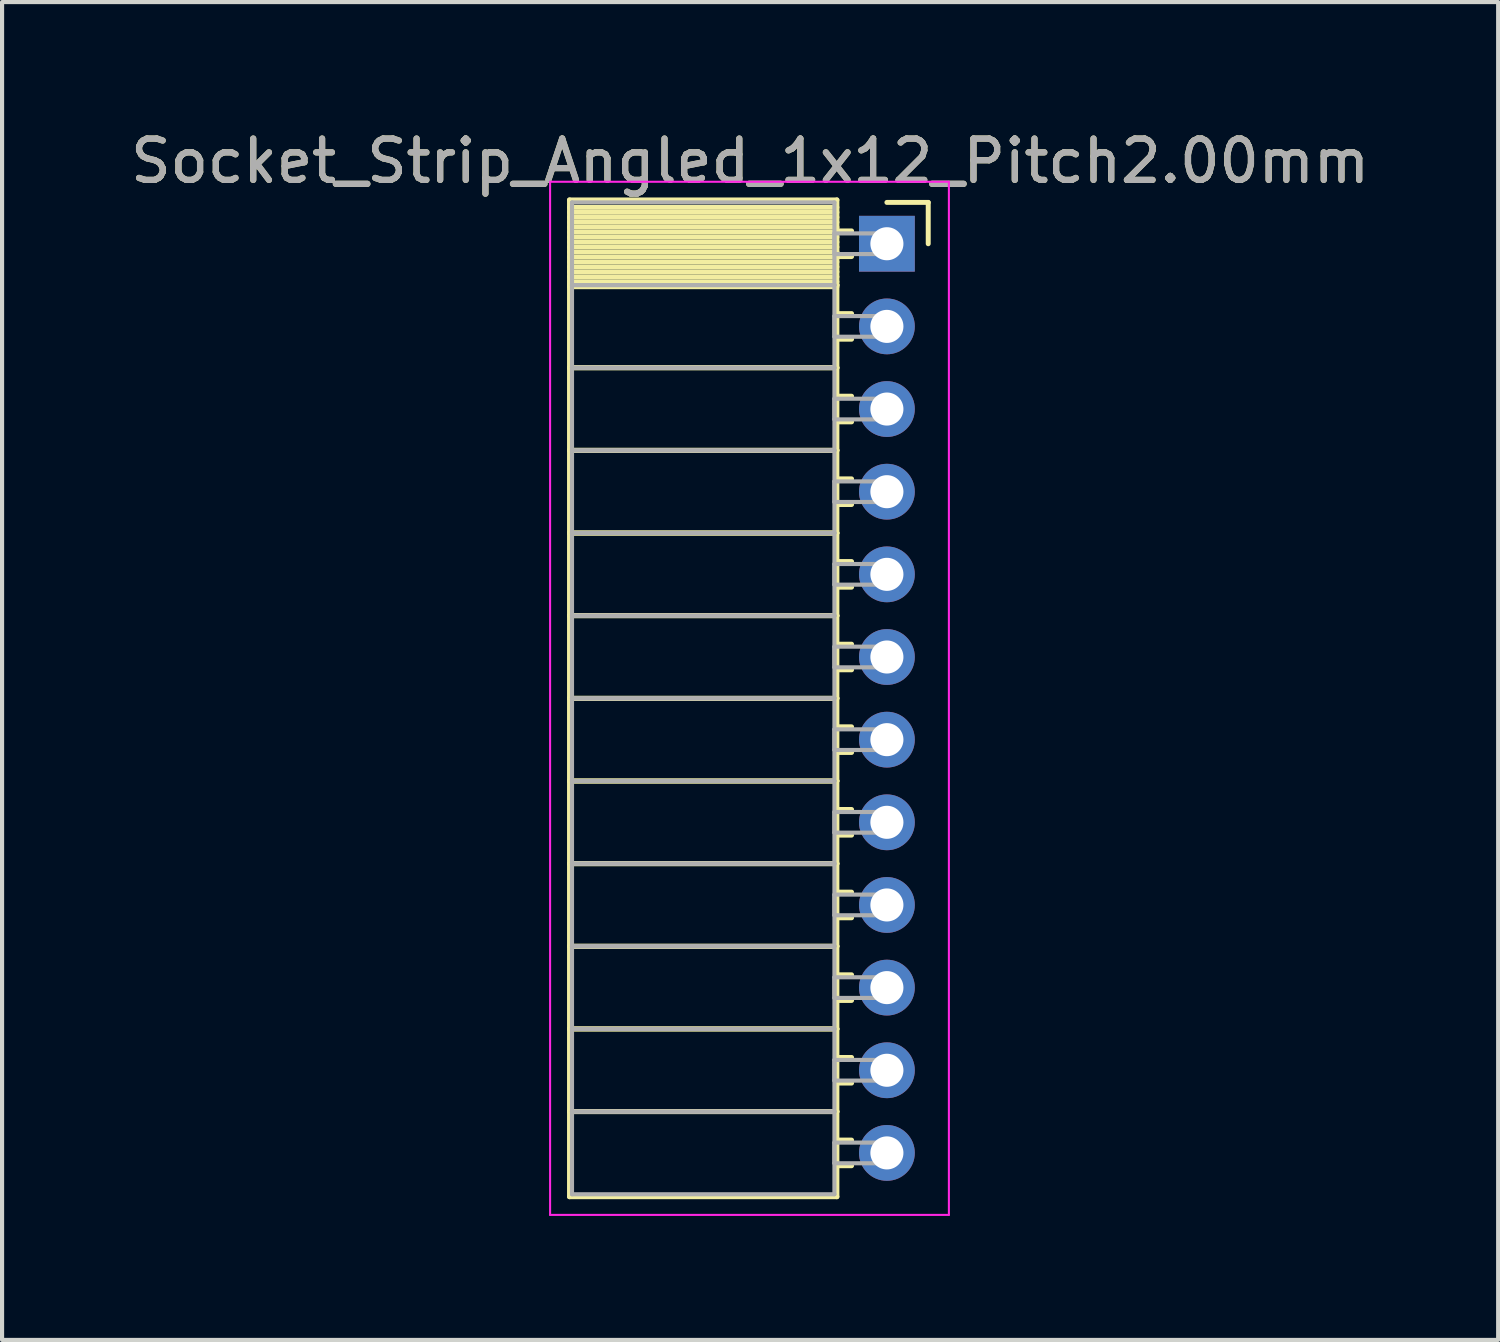
<source format=kicad_pcb>
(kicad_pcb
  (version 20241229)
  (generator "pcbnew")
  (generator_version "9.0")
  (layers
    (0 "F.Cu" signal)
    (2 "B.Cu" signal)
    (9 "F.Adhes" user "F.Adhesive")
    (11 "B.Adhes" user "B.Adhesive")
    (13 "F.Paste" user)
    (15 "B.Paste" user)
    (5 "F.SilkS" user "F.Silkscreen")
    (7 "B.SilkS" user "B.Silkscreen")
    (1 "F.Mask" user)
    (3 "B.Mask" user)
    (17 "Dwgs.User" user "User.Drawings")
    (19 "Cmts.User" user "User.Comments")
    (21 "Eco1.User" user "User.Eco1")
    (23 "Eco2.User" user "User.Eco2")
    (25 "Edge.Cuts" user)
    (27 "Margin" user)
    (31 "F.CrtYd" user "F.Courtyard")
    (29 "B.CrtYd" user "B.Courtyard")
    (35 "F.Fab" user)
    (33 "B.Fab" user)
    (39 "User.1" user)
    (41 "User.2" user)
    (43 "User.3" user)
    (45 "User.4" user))
  (footprint "Socket_Strip_Angled_1x12_Pitch2.00mm"
    (layer "F.Cu")
    (at 18.411 2.848)
    (property "Reference" "Socket_Strip_Angled_1x12_Pitch2.00mm" (at -3.31 -2 0) (layer "F.SilkS") (effects (font (size 1 1) (thickness 0.15))))
    (attr through_hole)
    (fp_line (start -7.68 -1.06) (end -1.21 -1.06) (stroke (width 0.12) (type solid)) (layer "F.SilkS"))
    (fp_line (start -7.68 1) (end -7.68 -1.06) (stroke (width 0.12) (type solid)) (layer "F.SilkS"))
    (fp_line (start -7.68 1) (end -1.21 1) (stroke (width 0.12) (type solid)) (layer "F.SilkS"))
    (fp_line (start -7.68 3) (end -7.68 1) (stroke (width 0.12) (type solid)) (layer "F.SilkS"))
    (fp_line (start -7.68 3) (end -1.21 3) (stroke (width 0.12) (type solid)) (layer "F.SilkS"))
    (fp_line (start -7.68 5) (end -7.68 3) (stroke (width 0.12) (type solid)) (layer "F.SilkS"))
    (fp_line (start -7.68 5) (end -1.21 5) (stroke (width 0.12) (type solid)) (layer "F.SilkS"))
    (fp_line (start -7.68 7) (end -7.68 5) (stroke (width 0.12) (type solid)) (layer "F.SilkS"))
    (fp_line (start -7.68 7) (end -1.21 7) (stroke (width 0.12) (type solid)) (layer "F.SilkS"))
    (fp_line (start -7.68 9) (end -7.68 7) (stroke (width 0.12) (type solid)) (layer "F.SilkS"))
    (fp_line (start -7.68 9) (end -1.21 9) (stroke (width 0.12) (type solid)) (layer "F.SilkS"))
    (fp_line (start -7.68 11) (end -7.68 9) (stroke (width 0.12) (type solid)) (layer "F.SilkS"))
    (fp_line (start -7.68 11) (end -1.21 11) (stroke (width 0.12) (type solid)) (layer "F.SilkS"))
    (fp_line (start -7.68 13) (end -7.68 11) (stroke (width 0.12) (type solid)) (layer "F.SilkS"))
    (fp_line (start -7.68 13) (end -1.21 13) (stroke (width 0.12) (type solid)) (layer "F.SilkS"))
    (fp_line (start -7.68 15) (end -7.68 13) (stroke (width 0.12) (type solid)) (layer "F.SilkS"))
    (fp_line (start -7.68 15) (end -1.21 15) (stroke (width 0.12) (type solid)) (layer "F.SilkS"))
    (fp_line (start -7.68 17) (end -7.68 15) (stroke (width 0.12) (type solid)) (layer "F.SilkS"))
    (fp_line (start -7.68 17) (end -1.21 17) (stroke (width 0.12) (type solid)) (layer "F.SilkS"))
    (fp_line (start -7.68 19) (end -7.68 17) (stroke (width 0.12) (type solid)) (layer "F.SilkS"))
    (fp_line (start -7.68 19) (end -1.21 19) (stroke (width 0.12) (type solid)) (layer "F.SilkS"))
    (fp_line (start -7.68 21) (end -7.68 19) (stroke (width 0.12) (type solid)) (layer "F.SilkS"))
    (fp_line (start -7.68 21) (end -1.21 21) (stroke (width 0.12) (type solid)) (layer "F.SilkS"))
    (fp_line (start -7.68 23.06) (end -7.68 21) (stroke (width 0.12) (type solid)) (layer "F.SilkS"))
    (fp_line (start -1.21 -1.06) (end -1.21 1) (stroke (width 0.12) (type solid)) (layer "F.SilkS"))
    (fp_line (start -1.21 -0.88) (end -7.68 -0.88) (stroke (width 0.12) (type solid)) (layer "F.SilkS"))
    (fp_line (start -1.21 -0.76) (end -7.68 -0.76) (stroke (width 0.12) (type solid)) (layer "F.SilkS"))
    (fp_line (start -1.21 -0.64) (end -7.68 -0.64) (stroke (width 0.12) (type solid)) (layer "F.SilkS"))
    (fp_line (start -1.21 -0.52) (end -7.68 -0.52) (stroke (width 0.12) (type solid)) (layer "F.SilkS"))
    (fp_line (start -1.21 -0.4) (end -7.68 -0.4) (stroke (width 0.12) (type solid)) (layer "F.SilkS"))
    (fp_line (start -1.21 -0.28) (end -7.68 -0.28) (stroke (width 0.12) (type solid)) (layer "F.SilkS"))
    (fp_line (start -1.21 -0.16) (end -7.68 -0.16) (stroke (width 0.12) (type solid)) (layer "F.SilkS"))
    (fp_line (start -1.21 -0.04) (end -7.68 -0.04) (stroke (width 0.12) (type solid)) (layer "F.SilkS"))
    (fp_line (start -1.21 0.08) (end -7.68 0.08) (stroke (width 0.12) (type solid)) (layer "F.SilkS"))
    (fp_line (start -1.21 0.2) (end -7.68 0.2) (stroke (width 0.12) (type solid)) (layer "F.SilkS"))
    (fp_line (start -1.21 0.32) (end -7.68 0.32) (stroke (width 0.12) (type solid)) (layer "F.SilkS"))
    (fp_line (start -1.21 0.44) (end -7.68 0.44) (stroke (width 0.12) (type solid)) (layer "F.SilkS"))
    (fp_line (start -1.21 0.56) (end -7.68 0.56) (stroke (width 0.12) (type solid)) (layer "F.SilkS"))
    (fp_line (start -1.21 0.68) (end -7.68 0.68) (stroke (width 0.12) (type solid)) (layer "F.SilkS"))
    (fp_line (start -1.21 0.8) (end -7.68 0.8) (stroke (width 0.12) (type solid)) (layer "F.SilkS"))
    (fp_line (start -1.21 0.92) (end -7.68 0.92) (stroke (width 0.12) (type solid)) (layer "F.SilkS"))
    (fp_line (start -1.21 1) (end -7.68 1) (stroke (width 0.12) (type solid)) (layer "F.SilkS"))
    (fp_line (start -1.21 1) (end -1.21 3) (stroke (width 0.12) (type solid)) (layer "F.SilkS"))
    (fp_line (start -1.21 1.04) (end -7.68 1.04) (stroke (width 0.12) (type solid)) (layer "F.SilkS"))
    (fp_line (start -1.21 3) (end -7.68 3) (stroke (width 0.12) (type solid)) (layer "F.SilkS"))
    (fp_line (start -1.21 3) (end -1.21 5) (stroke (width 0.12) (type solid)) (layer "F.SilkS"))
    (fp_line (start -1.21 5) (end -7.68 5) (stroke (width 0.12) (type solid)) (layer "F.SilkS"))
    (fp_line (start -1.21 5) (end -1.21 7) (stroke (width 0.12) (type solid)) (layer "F.SilkS"))
    (fp_line (start -1.21 7) (end -7.68 7) (stroke (width 0.12) (type solid)) (layer "F.SilkS"))
    (fp_line (start -1.21 7) (end -1.21 9) (stroke (width 0.12) (type solid)) (layer "F.SilkS"))
    (fp_line (start -1.21 9) (end -7.68 9) (stroke (width 0.12) (type solid)) (layer "F.SilkS"))
    (fp_line (start -1.21 9) (end -1.21 11) (stroke (width 0.12) (type solid)) (layer "F.SilkS"))
    (fp_line (start -1.21 11) (end -7.68 11) (stroke (width 0.12) (type solid)) (layer "F.SilkS"))
    (fp_line (start -1.21 11) (end -1.21 13) (stroke (width 0.12) (type solid)) (layer "F.SilkS"))
    (fp_line (start -1.21 13) (end -7.68 13) (stroke (width 0.12) (type solid)) (layer "F.SilkS"))
    (fp_line (start -1.21 13) (end -1.21 15) (stroke (width 0.12) (type solid)) (layer "F.SilkS"))
    (fp_line (start -1.21 15) (end -7.68 15) (stroke (width 0.12) (type solid)) (layer "F.SilkS"))
    (fp_line (start -1.21 15) (end -1.21 17) (stroke (width 0.12) (type solid)) (layer "F.SilkS"))
    (fp_line (start -1.21 17) (end -7.68 17) (stroke (width 0.12) (type solid)) (layer "F.SilkS"))
    (fp_line (start -1.21 17) (end -1.21 19) (stroke (width 0.12) (type solid)) (layer "F.SilkS"))
    (fp_line (start -1.21 19) (end -7.68 19) (stroke (width 0.12) (type solid)) (layer "F.SilkS"))
    (fp_line (start -1.21 19) (end -1.21 21) (stroke (width 0.12) (type solid)) (layer "F.SilkS"))
    (fp_line (start -1.21 21) (end -7.68 21) (stroke (width 0.12) (type solid)) (layer "F.SilkS"))
    (fp_line (start -1.21 21) (end -1.21 23.06) (stroke (width 0.12) (type solid)) (layer "F.SilkS"))
    (fp_line (start -1.21 23.06) (end -7.68 23.06) (stroke (width 0.12) (type solid)) (layer "F.SilkS"))
    (fp_line (start -0.855 -0.31) (end -1.21 -0.31) (stroke (width 0.12) (type solid)) (layer "F.SilkS"))
    (fp_line (start -0.855 0.31) (end -1.21 0.31) (stroke (width 0.12) (type solid)) (layer "F.SilkS"))
    (fp_line (start -0.855 1.69) (end -1.21 1.69) (stroke (width 0.12) (type solid)) (layer "F.SilkS"))
    (fp_line (start -0.855 2.31) (end -1.21 2.31) (stroke (width 0.12) (type solid)) (layer "F.SilkS"))
    (fp_line (start -0.855 3.69) (end -1.21 3.69) (stroke (width 0.12) (type solid)) (layer "F.SilkS"))
    (fp_line (start -0.855 4.31) (end -1.21 4.31) (stroke (width 0.12) (type solid)) (layer "F.SilkS"))
    (fp_line (start -0.855 5.69) (end -1.21 5.69) (stroke (width 0.12) (type solid)) (layer "F.SilkS"))
    (fp_line (start -0.855 6.31) (end -1.21 6.31) (stroke (width 0.12) (type solid)) (layer "F.SilkS"))
    (fp_line (start -0.855 7.69) (end -1.21 7.69) (stroke (width 0.12) (type solid)) (layer "F.SilkS"))
    (fp_line (start -0.855 8.31) (end -1.21 8.31) (stroke (width 0.12) (type solid)) (layer "F.SilkS"))
    (fp_line (start -0.855 9.69) (end -1.21 9.69) (stroke (width 0.12) (type solid)) (layer "F.SilkS"))
    (fp_line (start -0.855 10.31) (end -1.21 10.31) (stroke (width 0.12) (type solid)) (layer "F.SilkS"))
    (fp_line (start -0.855 11.69) (end -1.21 11.69) (stroke (width 0.12) (type solid)) (layer "F.SilkS"))
    (fp_line (start -0.855 12.31) (end -1.21 12.31) (stroke (width 0.12) (type solid)) (layer "F.SilkS"))
    (fp_line (start -0.855 13.69) (end -1.21 13.69) (stroke (width 0.12) (type solid)) (layer "F.SilkS"))
    (fp_line (start -0.855 14.31) (end -1.21 14.31) (stroke (width 0.12) (type solid)) (layer "F.SilkS"))
    (fp_line (start -0.855 15.69) (end -1.21 15.69) (stroke (width 0.12) (type solid)) (layer "F.SilkS"))
    (fp_line (start -0.855 16.31) (end -1.21 16.31) (stroke (width 0.12) (type solid)) (layer "F.SilkS"))
    (fp_line (start -0.855 17.69) (end -1.21 17.69) (stroke (width 0.12) (type solid)) (layer "F.SilkS"))
    (fp_line (start -0.855 18.31) (end -1.21 18.31) (stroke (width 0.12) (type solid)) (layer "F.SilkS"))
    (fp_line (start -0.855 19.69) (end -1.21 19.69) (stroke (width 0.12) (type solid)) (layer "F.SilkS"))
    (fp_line (start -0.855 20.31) (end -1.21 20.31) (stroke (width 0.12) (type solid)) (layer "F.SilkS"))
    (fp_line (start -0.855 21.69) (end -1.21 21.69) (stroke (width 0.12) (type solid)) (layer "F.SilkS"))
    (fp_line (start -0.855 22.31) (end -1.21 22.31) (stroke (width 0.12) (type solid)) (layer "F.SilkS"))
    (fp_line (start 0 -1) (end 1 -1) (stroke (width 0.12) (type solid)) (layer "F.SilkS"))
    (fp_line (start 1 -1) (end 1 0) (stroke (width 0.12) (type solid)) (layer "F.SilkS"))
    (fp_line (start -8.15 -1.5) (end 1.5 -1.5) (stroke (width 0.05) (type solid)) (layer "F.CrtYd"))
    (fp_line (start -8.15 23.5) (end -8.15 -1.5) (stroke (width 0.05) (type solid)) (layer "F.CrtYd"))
    (fp_line (start 1.5 -1.5) (end 1.5 23.5) (stroke (width 0.05) (type solid)) (layer "F.CrtYd"))
    (fp_line (start 1.5 23.5) (end -8.15 23.5) (stroke (width 0.05) (type solid)) (layer "F.CrtYd"))
    (fp_line (start -7.62 -1) (end -1.27 -1) (stroke (width 0.1) (type solid)) (layer "F.Fab"))
    (fp_line (start -7.62 1) (end -7.62 -1) (stroke (width 0.1) (type solid)) (layer "F.Fab"))
    (fp_line (start -7.62 1) (end -1.27 1) (stroke (width 0.1) (type solid)) (layer "F.Fab"))
    (fp_line (start -7.62 3) (end -7.62 1) (stroke (width 0.1) (type solid)) (layer "F.Fab"))
    (fp_line (start -7.62 3) (end -1.27 3) (stroke (width 0.1) (type solid)) (layer "F.Fab"))
    (fp_line (start -7.62 5) (end -7.62 3) (stroke (width 0.1) (type solid)) (layer "F.Fab"))
    (fp_line (start -7.62 5) (end -1.27 5) (stroke (width 0.1) (type solid)) (layer "F.Fab"))
    (fp_line (start -7.62 7) (end -7.62 5) (stroke (width 0.1) (type solid)) (layer "F.Fab"))
    (fp_line (start -7.62 7) (end -1.27 7) (stroke (width 0.1) (type solid)) (layer "F.Fab"))
    (fp_line (start -7.62 9) (end -7.62 7) (stroke (width 0.1) (type solid)) (layer "F.Fab"))
    (fp_line (start -7.62 9) (end -1.27 9) (stroke (width 0.1) (type solid)) (layer "F.Fab"))
    (fp_line (start -7.62 11) (end -7.62 9) (stroke (width 0.1) (type solid)) (layer "F.Fab"))
    (fp_line (start -7.62 11) (end -1.27 11) (stroke (width 0.1) (type solid)) (layer "F.Fab"))
    (fp_line (start -7.62 13) (end -7.62 11) (stroke (width 0.1) (type solid)) (layer "F.Fab"))
    (fp_line (start -7.62 13) (end -1.27 13) (stroke (width 0.1) (type solid)) (layer "F.Fab"))
    (fp_line (start -7.62 15) (end -7.62 13) (stroke (width 0.1) (type solid)) (layer "F.Fab"))
    (fp_line (start -7.62 15) (end -1.27 15) (stroke (width 0.1) (type solid)) (layer "F.Fab"))
    (fp_line (start -7.62 17) (end -7.62 15) (stroke (width 0.1) (type solid)) (layer "F.Fab"))
    (fp_line (start -7.62 17) (end -1.27 17) (stroke (width 0.1) (type solid)) (layer "F.Fab"))
    (fp_line (start -7.62 19) (end -7.62 17) (stroke (width 0.1) (type solid)) (layer "F.Fab"))
    (fp_line (start -7.62 19) (end -1.27 19) (stroke (width 0.1) (type solid)) (layer "F.Fab"))
    (fp_line (start -7.62 21) (end -7.62 19) (stroke (width 0.1) (type solid)) (layer "F.Fab"))
    (fp_line (start -7.62 21) (end -1.27 21) (stroke (width 0.1) (type solid)) (layer "F.Fab"))
    (fp_line (start -7.62 23) (end -7.62 21) (stroke (width 0.1) (type solid)) (layer "F.Fab"))
    (fp_line (start -1.27 -1) (end -1.27 1) (stroke (width 0.1) (type solid)) (layer "F.Fab"))
    (fp_line (start -1.27 -0.25) (end 0 -0.25) (stroke (width 0.1) (type solid)) (layer "F.Fab"))
    (fp_line (start -1.27 0.25) (end -1.27 -0.25) (stroke (width 0.1) (type solid)) (layer "F.Fab"))
    (fp_line (start -1.27 1) (end -7.62 1) (stroke (width 0.1) (type solid)) (layer "F.Fab"))
    (fp_line (start -1.27 1) (end -1.27 3) (stroke (width 0.1) (type solid)) (layer "F.Fab"))
    (fp_line (start -1.27 1.75) (end 0 1.75) (stroke (width 0.1) (type solid)) (layer "F.Fab"))
    (fp_line (start -1.27 2.25) (end -1.27 1.75) (stroke (width 0.1) (type solid)) (layer "F.Fab"))
    (fp_line (start -1.27 3) (end -7.62 3) (stroke (width 0.1) (type solid)) (layer "F.Fab"))
    (fp_line (start -1.27 3) (end -1.27 5) (stroke (width 0.1) (type solid)) (layer "F.Fab"))
    (fp_line (start -1.27 3.75) (end 0 3.75) (stroke (width 0.1) (type solid)) (layer "F.Fab"))
    (fp_line (start -1.27 4.25) (end -1.27 3.75) (stroke (width 0.1) (type solid)) (layer "F.Fab"))
    (fp_line (start -1.27 5) (end -7.62 5) (stroke (width 0.1) (type solid)) (layer "F.Fab"))
    (fp_line (start -1.27 5) (end -1.27 7) (stroke (width 0.1) (type solid)) (layer "F.Fab"))
    (fp_line (start -1.27 5.75) (end 0 5.75) (stroke (width 0.1) (type solid)) (layer "F.Fab"))
    (fp_line (start -1.27 6.25) (end -1.27 5.75) (stroke (width 0.1) (type solid)) (layer "F.Fab"))
    (fp_line (start -1.27 7) (end -7.62 7) (stroke (width 0.1) (type solid)) (layer "F.Fab"))
    (fp_line (start -1.27 7) (end -1.27 9) (stroke (width 0.1) (type solid)) (layer "F.Fab"))
    (fp_line (start -1.27 7.75) (end 0 7.75) (stroke (width 0.1) (type solid)) (layer "F.Fab"))
    (fp_line (start -1.27 8.25) (end -1.27 7.75) (stroke (width 0.1) (type solid)) (layer "F.Fab"))
    (fp_line (start -1.27 9) (end -7.62 9) (stroke (width 0.1) (type solid)) (layer "F.Fab"))
    (fp_line (start -1.27 9) (end -1.27 11) (stroke (width 0.1) (type solid)) (layer "F.Fab"))
    (fp_line (start -1.27 9.75) (end 0 9.75) (stroke (width 0.1) (type solid)) (layer "F.Fab"))
    (fp_line (start -1.27 10.25) (end -1.27 9.75) (stroke (width 0.1) (type solid)) (layer "F.Fab"))
    (fp_line (start -1.27 11) (end -7.62 11) (stroke (width 0.1) (type solid)) (layer "F.Fab"))
    (fp_line (start -1.27 11) (end -1.27 13) (stroke (width 0.1) (type solid)) (layer "F.Fab"))
    (fp_line (start -1.27 11.75) (end 0 11.75) (stroke (width 0.1) (type solid)) (layer "F.Fab"))
    (fp_line (start -1.27 12.25) (end -1.27 11.75) (stroke (width 0.1) (type solid)) (layer "F.Fab"))
    (fp_line (start -1.27 13) (end -7.62 13) (stroke (width 0.1) (type solid)) (layer "F.Fab"))
    (fp_line (start -1.27 13) (end -1.27 15) (stroke (width 0.1) (type solid)) (layer "F.Fab"))
    (fp_line (start -1.27 13.75) (end 0 13.75) (stroke (width 0.1) (type solid)) (layer "F.Fab"))
    (fp_line (start -1.27 14.25) (end -1.27 13.75) (stroke (width 0.1) (type solid)) (layer "F.Fab"))
    (fp_line (start -1.27 15) (end -7.62 15) (stroke (width 0.1) (type solid)) (layer "F.Fab"))
    (fp_line (start -1.27 15) (end -1.27 17) (stroke (width 0.1) (type solid)) (layer "F.Fab"))
    (fp_line (start -1.27 15.75) (end 0 15.75) (stroke (width 0.1) (type solid)) (layer "F.Fab"))
    (fp_line (start -1.27 16.25) (end -1.27 15.75) (stroke (width 0.1) (type solid)) (layer "F.Fab"))
    (fp_line (start -1.27 17) (end -7.62 17) (stroke (width 0.1) (type solid)) (layer "F.Fab"))
    (fp_line (start -1.27 17) (end -1.27 19) (stroke (width 0.1) (type solid)) (layer "F.Fab"))
    (fp_line (start -1.27 17.75) (end 0 17.75) (stroke (width 0.1) (type solid)) (layer "F.Fab"))
    (fp_line (start -1.27 18.25) (end -1.27 17.75) (stroke (width 0.1) (type solid)) (layer "F.Fab"))
    (fp_line (start -1.27 19) (end -7.62 19) (stroke (width 0.1) (type solid)) (layer "F.Fab"))
    (fp_line (start -1.27 19) (end -1.27 21) (stroke (width 0.1) (type solid)) (layer "F.Fab"))
    (fp_line (start -1.27 19.75) (end 0 19.75) (stroke (width 0.1) (type solid)) (layer "F.Fab"))
    (fp_line (start -1.27 20.25) (end -1.27 19.75) (stroke (width 0.1) (type solid)) (layer "F.Fab"))
    (fp_line (start -1.27 21) (end -7.62 21) (stroke (width 0.1) (type solid)) (layer "F.Fab"))
    (fp_line (start -1.27 21) (end -1.27 23) (stroke (width 0.1) (type solid)) (layer "F.Fab"))
    (fp_line (start -1.27 21.75) (end 0 21.75) (stroke (width 0.1) (type solid)) (layer "F.Fab"))
    (fp_line (start -1.27 22.25) (end -1.27 21.75) (stroke (width 0.1) (type solid)) (layer "F.Fab"))
    (fp_line (start -1.27 23) (end -7.62 23) (stroke (width 0.1) (type solid)) (layer "F.Fab"))
    (fp_line (start 0 -0.25) (end 0 0.25) (stroke (width 0.1) (type solid)) (layer "F.Fab"))
    (fp_line (start 0 0.25) (end -1.27 0.25) (stroke (width 0.1) (type solid)) (layer "F.Fab"))
    (fp_line (start 0 1.75) (end 0 2.25) (stroke (width 0.1) (type solid)) (layer "F.Fab"))
    (fp_line (start 0 2.25) (end -1.27 2.25) (stroke (width 0.1) (type solid)) (layer "F.Fab"))
    (fp_line (start 0 3.75) (end 0 4.25) (stroke (width 0.1) (type solid)) (layer "F.Fab"))
    (fp_line (start 0 4.25) (end -1.27 4.25) (stroke (width 0.1) (type solid)) (layer "F.Fab"))
    (fp_line (start 0 5.75) (end 0 6.25) (stroke (width 0.1) (type solid)) (layer "F.Fab"))
    (fp_line (start 0 6.25) (end -1.27 6.25) (stroke (width 0.1) (type solid)) (layer "F.Fab"))
    (fp_line (start 0 7.75) (end 0 8.25) (stroke (width 0.1) (type solid)) (layer "F.Fab"))
    (fp_line (start 0 8.25) (end -1.27 8.25) (stroke (width 0.1) (type solid)) (layer "F.Fab"))
    (fp_line (start 0 9.75) (end 0 10.25) (stroke (width 0.1) (type solid)) (layer "F.Fab"))
    (fp_line (start 0 10.25) (end -1.27 10.25) (stroke (width 0.1) (type solid)) (layer "F.Fab"))
    (fp_line (start 0 11.75) (end 0 12.25) (stroke (width 0.1) (type solid)) (layer "F.Fab"))
    (fp_line (start 0 12.25) (end -1.27 12.25) (stroke (width 0.1) (type solid)) (layer "F.Fab"))
    (fp_line (start 0 13.75) (end 0 14.25) (stroke (width 0.1) (type solid)) (layer "F.Fab"))
    (fp_line (start 0 14.25) (end -1.27 14.25) (stroke (width 0.1) (type solid)) (layer "F.Fab"))
    (fp_line (start 0 15.75) (end 0 16.25) (stroke (width 0.1) (type solid)) (layer "F.Fab"))
    (fp_line (start 0 16.25) (end -1.27 16.25) (stroke (width 0.1) (type solid)) (layer "F.Fab"))
    (fp_line (start 0 17.75) (end 0 18.25) (stroke (width 0.1) (type solid)) (layer "F.Fab"))
    (fp_line (start 0 18.25) (end -1.27 18.25) (stroke (width 0.1) (type solid)) (layer "F.Fab"))
    (fp_line (start 0 19.75) (end 0 20.25) (stroke (width 0.1) (type solid)) (layer "F.Fab"))
    (fp_line (start 0 20.25) (end -1.27 20.25) (stroke (width 0.1) (type solid)) (layer "F.Fab"))
    (fp_line (start 0 21.75) (end 0 22.25) (stroke (width 0.1) (type solid)) (layer "F.Fab"))
    (fp_line (start 0 22.25) (end -1.27 22.25) (stroke (width 0.1) (type solid)) (layer "F.Fab"))
    (fp_text user "${REFERENCE}" (at -3.31 -2 0) (layer "F.Fab") (effects (font (size 1 1) (thickness 0.15))))
    (pad "1" thru_hole rect (at 0 0) (size 1.35 1.35) (drill 0.8) (layers "*.Cu" "*.Mask"))
    (pad "2" thru_hole oval (at 0 2) (size 1.35 1.35) (drill 0.8) (layers "*.Cu" "*.Mask"))
    (pad "3" thru_hole oval (at 0 4) (size 1.35 1.35) (drill 0.8) (layers "*.Cu" "*.Mask"))
    (pad "4" thru_hole oval (at 0 6) (size 1.35 1.35) (drill 0.8) (layers "*.Cu" "*.Mask"))
    (pad "5" thru_hole oval (at 0 8) (size 1.35 1.35) (drill 0.8) (layers "*.Cu" "*.Mask"))
    (pad "6" thru_hole oval (at 0 10) (size 1.35 1.35) (drill 0.8) (layers "*.Cu" "*.Mask"))
    (pad "7" thru_hole oval (at 0 12) (size 1.35 1.35) (drill 0.8) (layers "*.Cu" "*.Mask"))
    (pad "8" thru_hole oval (at 0 14) (size 1.35 1.35) (drill 0.8) (layers "*.Cu" "*.Mask"))
    (pad "9" thru_hole oval (at 0 16) (size 1.35 1.35) (drill 0.8) (layers "*.Cu" "*.Mask"))
    (pad "10" thru_hole oval (at 0 18) (size 1.35 1.35) (drill 0.8) (layers "*.Cu" "*.Mask"))
    (pad "11" thru_hole oval (at 0 20) (size 1.35 1.35) (drill 0.8) (layers "*.Cu" "*.Mask"))
    (pad "12" thru_hole oval (at 0 22) (size 1.35 1.35) (drill 0.8) (layers "*.Cu" "*.Mask")))
  (gr_rect
    (start -3 -3)
    (end 33.202 29.373)
    (stroke (width 0.1) (type default))
    (fill no)
    (layer "Edge.Cuts")))
</source>
